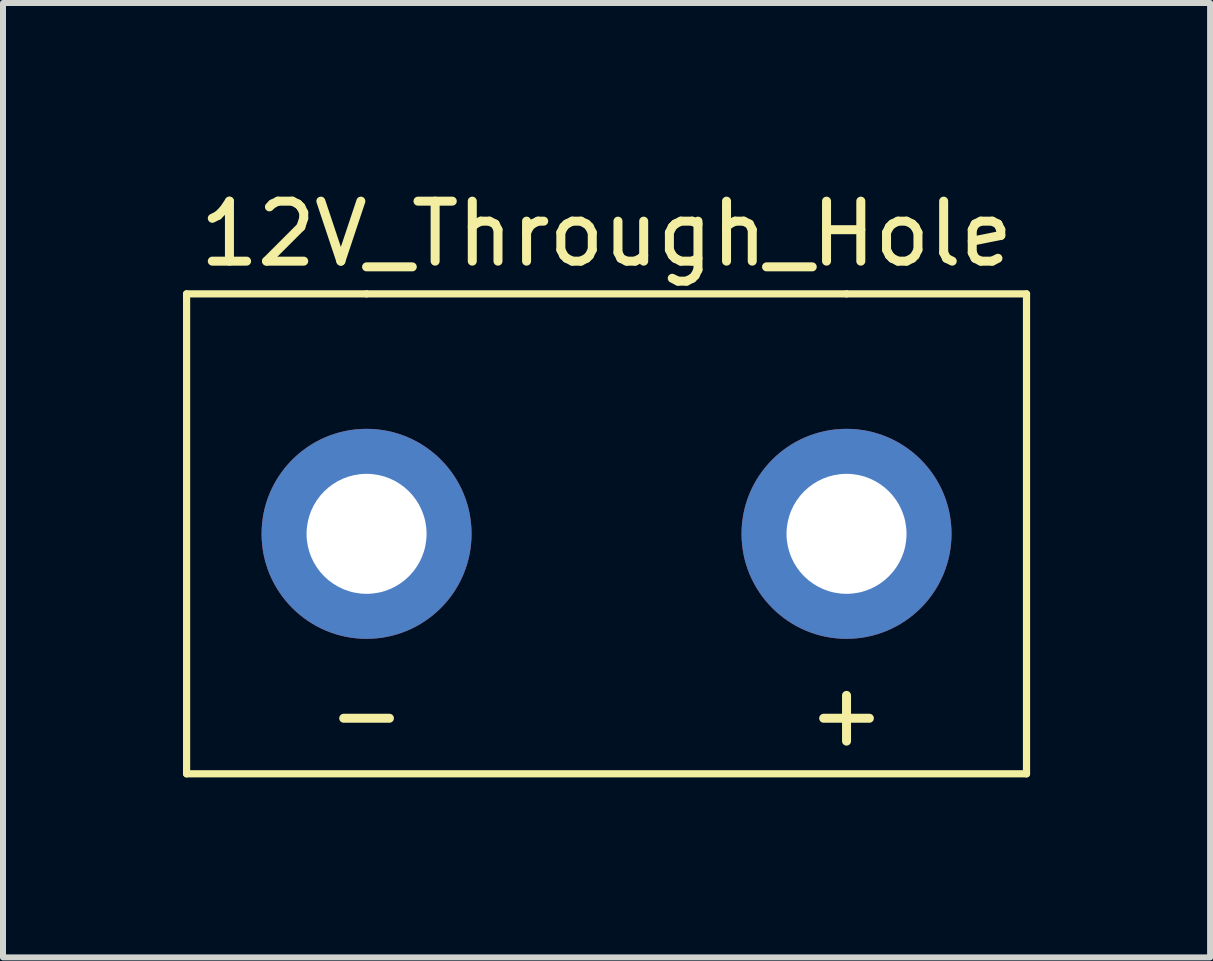
<source format=kicad_pcb>
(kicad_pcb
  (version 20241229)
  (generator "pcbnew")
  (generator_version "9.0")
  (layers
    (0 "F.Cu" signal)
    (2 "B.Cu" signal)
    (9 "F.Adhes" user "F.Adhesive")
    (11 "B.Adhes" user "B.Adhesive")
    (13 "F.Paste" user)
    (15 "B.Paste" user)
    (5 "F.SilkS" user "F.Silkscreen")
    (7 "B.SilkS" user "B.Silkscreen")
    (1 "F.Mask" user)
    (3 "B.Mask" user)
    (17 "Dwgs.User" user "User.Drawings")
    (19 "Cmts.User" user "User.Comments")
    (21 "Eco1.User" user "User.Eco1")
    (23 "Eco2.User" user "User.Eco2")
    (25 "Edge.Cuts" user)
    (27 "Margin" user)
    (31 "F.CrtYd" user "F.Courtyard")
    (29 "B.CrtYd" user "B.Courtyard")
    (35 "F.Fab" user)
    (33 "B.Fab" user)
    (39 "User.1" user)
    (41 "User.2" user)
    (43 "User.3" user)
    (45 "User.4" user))
  (footprint "12V_Through_Hole"
    (layer "F.Cu")
    (at 3.06 0.848)
    (property "Reference" "12V_Through_Hole" (at 4 0 0) (layer "F.SilkS") (effects (font (size 1 1) (thickness 0.15))))
    (attr through_hole)
    (fp_line (start -3 1) (end 0 1) (stroke (width 0.12) (type solid)) (layer "F.SilkS"))
    (fp_line (start -3 9) (end -3 1) (stroke (width 0.12) (type solid)) (layer "F.SilkS"))
    (fp_line (start 0 1) (end 8 1) (stroke (width 0.12) (type solid)) (layer "F.SilkS"))
    (fp_line (start 8 1) (end 11 1) (stroke (width 0.12) (type solid)) (layer "F.SilkS"))
    (fp_line (start 11 1) (end 11 9) (stroke (width 0.12) (type solid)) (layer "F.SilkS"))
    (fp_line (start 11 9) (end -3 9) (stroke (width 0.12) (type solid)) (layer "F.SilkS"))
    (fp_text user "+" (at 8 8 0) (layer "F.SilkS") (effects (font (size 1 1) (thickness 0.15))))
    (fp_text user "-" (at 0 8 0) (layer "F.SilkS") (effects (font (size 1 1) (thickness 0.15))))
    (pad "1" thru_hole circle (at 0 5) (size 3.5 3.5) (drill 2) (layers "*.Cu" "*.Mask"))
    (pad "2" thru_hole circle (at 8 5) (size 3.5 3.5) (drill 2) (layers "*.Cu" "*.Mask")))
  (gr_rect
    (start -3 -3)
    (end 17.12 12.908)
    (stroke (width 0.1) (type default))
    (fill no)
    (layer "Edge.Cuts")))
</source>
